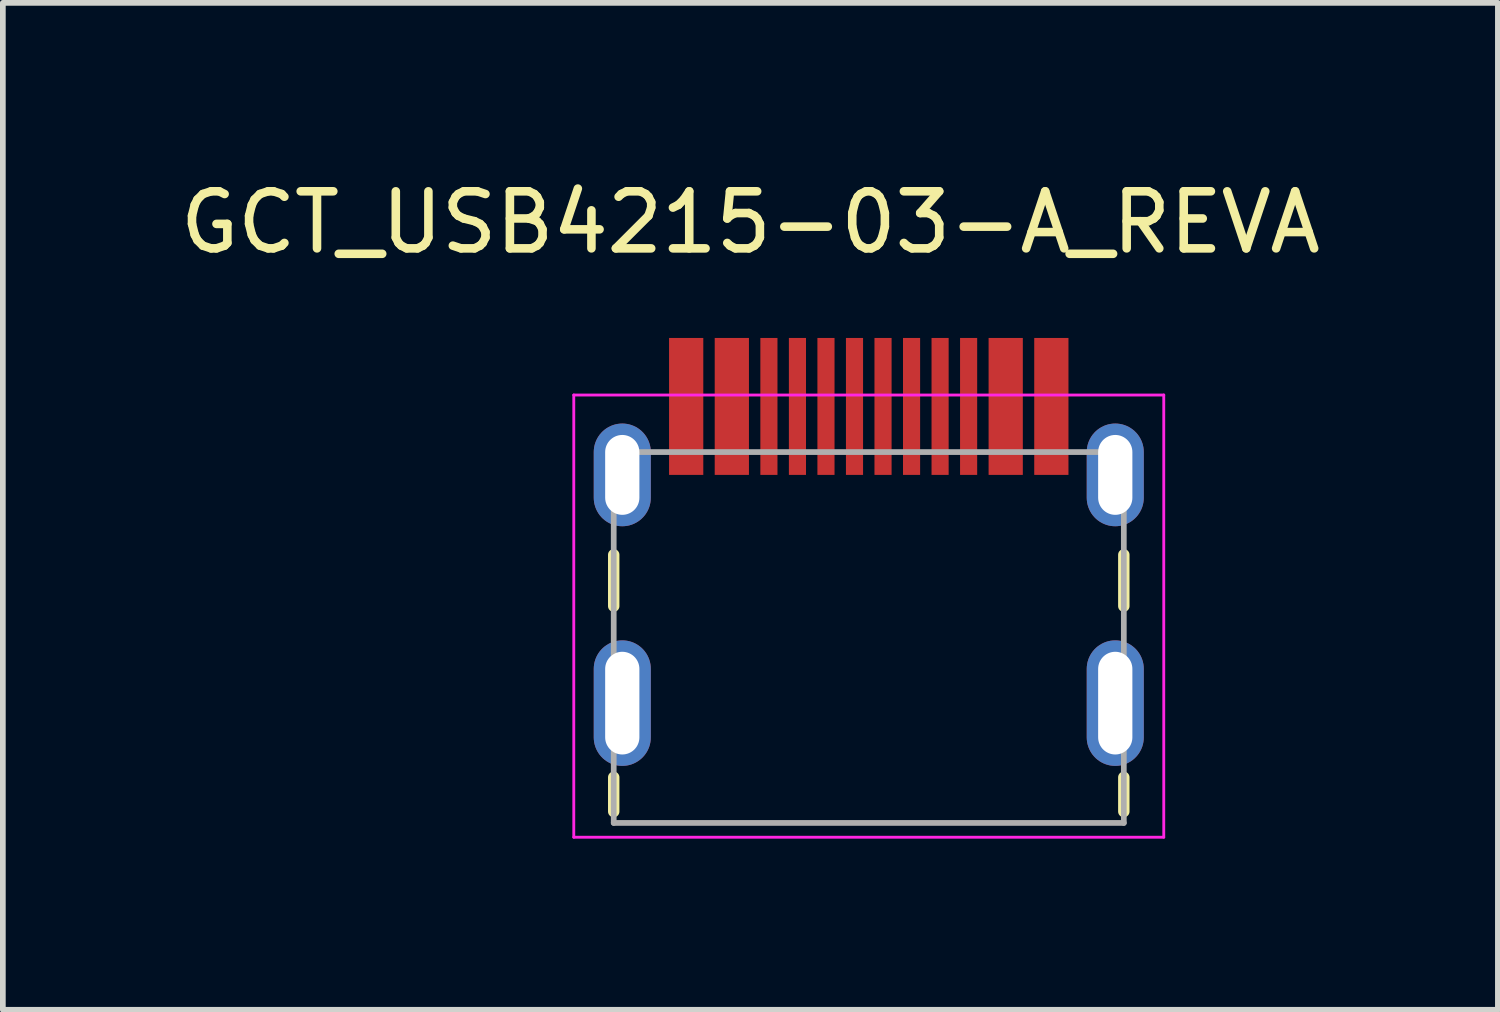
<source format=kicad_pcb>
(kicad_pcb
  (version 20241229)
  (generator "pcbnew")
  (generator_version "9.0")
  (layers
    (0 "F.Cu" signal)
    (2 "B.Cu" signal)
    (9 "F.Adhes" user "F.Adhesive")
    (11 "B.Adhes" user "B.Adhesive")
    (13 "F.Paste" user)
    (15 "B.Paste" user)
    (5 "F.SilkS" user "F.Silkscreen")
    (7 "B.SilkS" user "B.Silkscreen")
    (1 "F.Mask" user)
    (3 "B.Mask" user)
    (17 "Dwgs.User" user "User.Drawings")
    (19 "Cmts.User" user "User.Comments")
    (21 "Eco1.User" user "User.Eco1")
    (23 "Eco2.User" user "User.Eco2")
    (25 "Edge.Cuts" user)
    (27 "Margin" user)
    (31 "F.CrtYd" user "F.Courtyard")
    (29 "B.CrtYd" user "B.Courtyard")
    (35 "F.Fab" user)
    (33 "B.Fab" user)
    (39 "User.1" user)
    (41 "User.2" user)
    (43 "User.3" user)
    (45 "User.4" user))
  (footprint "GCT_USB4215-03-A_REVA"
    (layer "F.Cu")
    (at 12.176 11.373)
    (property "Reference" "GCT_USB4215-03-A_REVA" (at -2.075 -10.525 0) (layer "F.SilkS") (effects (font (size 1 1) (thickness 0.15))))
    (attr smd)
    (fp_line (start -4.47 -4.7) (end -4.47 -3.8) (stroke (width 0.2) (type solid)) (layer "F.SilkS"))
    (fp_line (start -4.47 -0.8) (end -4.47 -0.2) (stroke (width 0.2) (type solid)) (layer "F.SilkS"))
    (fp_line (start 4.47 -4.7) (end 4.47 -3.8) (stroke (width 0.2) (type solid)) (layer "F.SilkS"))
    (fp_line (start 4.47 -0.2) (end 4.47 -0.8) (stroke (width 0.2) (type solid)) (layer "F.SilkS"))
    (fp_line (start -5.17 -7.5) (end -5.17 0.25) (stroke (width 0.05) (type solid)) (layer "F.CrtYd"))
    (fp_line (start -5.17 0.25) (end 5.17 0.25) (stroke (width 0.05) (type solid)) (layer "F.CrtYd"))
    (fp_line (start 5.17 -7.5) (end -5.17 -7.5) (stroke (width 0.05) (type solid)) (layer "F.CrtYd"))
    (fp_line (start 5.17 0.25) (end 5.17 -7.5) (stroke (width 0.05) (type solid)) (layer "F.CrtYd"))
    (fp_line (start -4.47 -6.5) (end -4.47 0) (stroke (width 0.1) (type solid)) (layer "F.Fab"))
    (fp_line (start -4.47 0) (end 4.47 0) (stroke (width 0.1) (type solid)) (layer "F.Fab"))
    (fp_line (start 4.47 -6.5) (end -4.47 -6.5) (stroke (width 0.1) (type solid)) (layer "F.Fab"))
    (fp_line (start 4.47 0) (end 4.47 -6.5) (stroke (width 0.1) (type solid)) (layer "F.Fab"))
    (pad "A1_B12" smd rect (at -3.2 -7.3) (size 0.6 2.4) (layers "F.Cu" "F.Mask" "F.Paste"))
    (pad "A4_B9" smd rect (at -2.4 -7.3) (size 0.6 2.4) (layers "F.Cu" "F.Mask" "F.Paste"))
    (pad "A5" smd rect (at -1.25 -7.3) (size 0.3 2.4) (layers "F.Cu" "F.Mask" "F.Paste"))
    (pad "A6" smd rect (at -0.25 -7.3) (size 0.3 2.4) (layers "F.Cu" "F.Mask" "F.Paste"))
    (pad "A7" smd rect (at 0.25 -7.3) (size 0.3 2.4) (layers "F.Cu" "F.Mask" "F.Paste"))
    (pad "A8" smd rect (at 1.25 -7.3) (size 0.3 2.4) (layers "F.Cu" "F.Mask" "F.Paste"))
    (pad "B1_A12" smd rect (at 3.2 -7.3) (size 0.6 2.4) (layers "F.Cu" "F.Mask" "F.Paste"))
    (pad "B4_A9" smd rect (at 2.4 -7.3) (size 0.6 2.4) (layers "F.Cu" "F.Mask" "F.Paste"))
    (pad "B5" smd rect (at 1.75 -7.3) (size 0.3 2.4) (layers "F.Cu" "F.Mask" "F.Paste"))
    (pad "B6" smd rect (at 0.75 -7.3) (size 0.3 2.4) (layers "F.Cu" "F.Mask" "F.Paste"))
    (pad "B7" smd rect (at -0.75 -7.3) (size 0.3 2.4) (layers "F.Cu" "F.Mask" "F.Paste"))
    (pad "B8" smd rect (at -1.75 -7.3) (size 0.3 2.4) (layers "F.Cu" "F.Mask" "F.Paste"))
    (pad "SH1" thru_hole oval (at -4.32 -6.1) (size 1 1.8) (drill oval 0.6 1.4) (layers "*.Cu" "*.Mask"))
    (pad "SH2" thru_hole oval (at 4.32 -6.1) (size 1 1.8) (drill oval 0.6 1.4) (layers "*.Cu" "*.Mask"))
    (pad "SH3" thru_hole oval (at -4.32 -2.1) (size 1 2.2) (drill oval 0.6 1.8) (layers "*.Cu" "*.Mask"))
    (pad "SH4" thru_hole oval (at 4.32 -2.1) (size 1 2.2) (drill oval 0.6 1.8) (layers "*.Cu" "*.Mask")))
  (gr_rect
    (start -3 -3)
    (end 23.202 14.648)
    (stroke (width 0.1) (type default))
    (fill no)
    (layer "Edge.Cuts")))
</source>
